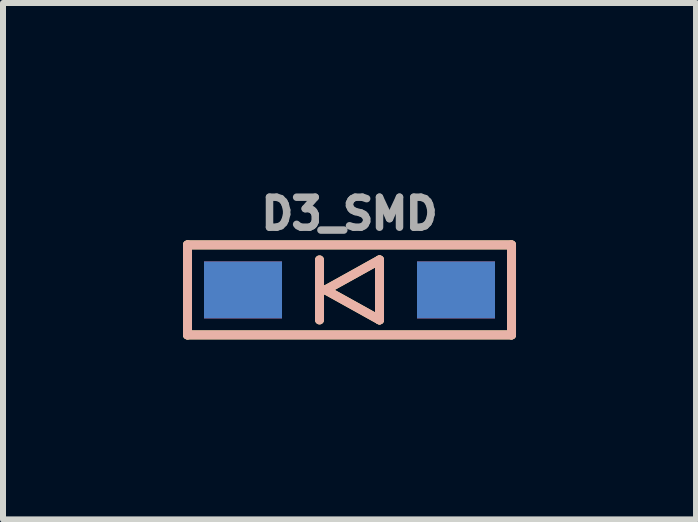
<source format=kicad_pcb>
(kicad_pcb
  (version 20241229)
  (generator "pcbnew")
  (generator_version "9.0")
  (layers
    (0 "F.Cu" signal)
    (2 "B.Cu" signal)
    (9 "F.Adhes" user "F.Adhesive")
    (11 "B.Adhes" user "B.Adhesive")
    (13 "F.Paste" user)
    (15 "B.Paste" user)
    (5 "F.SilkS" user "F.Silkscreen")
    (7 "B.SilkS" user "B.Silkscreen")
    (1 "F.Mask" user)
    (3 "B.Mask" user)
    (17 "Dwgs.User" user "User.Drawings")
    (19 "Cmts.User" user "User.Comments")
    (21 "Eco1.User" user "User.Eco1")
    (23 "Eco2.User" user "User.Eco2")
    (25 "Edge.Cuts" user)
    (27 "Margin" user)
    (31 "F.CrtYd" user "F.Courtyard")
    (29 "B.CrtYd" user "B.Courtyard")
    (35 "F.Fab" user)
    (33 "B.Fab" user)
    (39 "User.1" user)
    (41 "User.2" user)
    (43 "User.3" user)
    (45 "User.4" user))
  (footprint "D3_SMD"
    (layer "F.Cu")
    (at 2.775 1.782)
    (property "Reference" "D3_SMD" (at 0 -1.27 0) (layer "F.Fab") (effects (font (size 0.5 0.5) (thickness 0.125))))
    (attr through_hole)
    (fp_line (start -2.7 -0.75) (end -2.7 0.75) (stroke (width 0.15) (type solid)) (layer "F.SilkS"))
    (fp_line (start -2.7 0.75) (end 2.7 0.75) (stroke (width 0.15) (type solid)) (layer "F.SilkS"))
    (fp_line (start -0.5 -0.5) (end -0.5 0.5) (stroke (width 0.15) (type solid)) (layer "F.SilkS"))
    (fp_line (start -0.4 0) (end 0.5 -0.5) (stroke (width 0.15) (type solid)) (layer "F.SilkS"))
    (fp_line (start 0.5 -0.5) (end 0.5 0.5) (stroke (width 0.15) (type solid)) (layer "F.SilkS"))
    (fp_line (start 0.5 0.5) (end -0.4 0) (stroke (width 0.15) (type solid)) (layer "F.SilkS"))
    (fp_line (start 2.7 -0.75) (end -2.7 -0.75) (stroke (width 0.15) (type solid)) (layer "F.SilkS"))
    (fp_line (start 2.7 -0.75) (end 2.7 0.75) (stroke (width 0.15) (type solid)) (layer "F.SilkS"))
    (fp_line (start -2.7 -0.75) (end -2.7 0.75) (stroke (width 0.15) (type solid)) (layer "B.SilkS"))
    (fp_line (start -2.7 0.75) (end 2.7 0.75) (stroke (width 0.15) (type solid)) (layer "B.SilkS"))
    (fp_line (start -0.5 -0.5) (end -0.5 0.5) (stroke (width 0.15) (type solid)) (layer "B.SilkS"))
    (fp_line (start -0.4 0) (end 0.5 -0.5) (stroke (width 0.15) (type solid)) (layer "B.SilkS"))
    (fp_line (start 0.5 -0.5) (end 0.5 0.5) (stroke (width 0.15) (type solid)) (layer "B.SilkS"))
    (fp_line (start 0.5 0.5) (end -0.4 0) (stroke (width 0.15) (type solid)) (layer "B.SilkS"))
    (fp_line (start 2.7 -0.75) (end -2.7 -0.75) (stroke (width 0.15) (type solid)) (layer "B.SilkS"))
    (fp_line (start 2.7 0.75) (end 2.7 -0.75) (stroke (width 0.15) (type solid)) (layer "B.SilkS"))
    (pad "1" smd rect (at -1.775 0) (size 1.3 0.95) (layers "F.Cu" "F.Mask" "F.Paste"))
    (pad "1" smd rect (at -1.775 0) (size 1.3 0.95) (layers "B.Cu" "B.Mask" "B.Paste"))
    (pad "2" smd rect (at 1.775 0) (size 1.3 0.95) (layers "F.Cu" "F.Mask" "F.Paste"))
    (pad "2" smd rect (at 1.775 0) (size 1.3 0.95) (layers "B.Cu" "B.Mask" "B.Paste")))
  (gr_rect
    (start -3 -3)
    (end 8.55 5.607)
    (stroke (width 0.1) (type default))
    (fill no)
    (layer "Edge.Cuts")))
</source>
